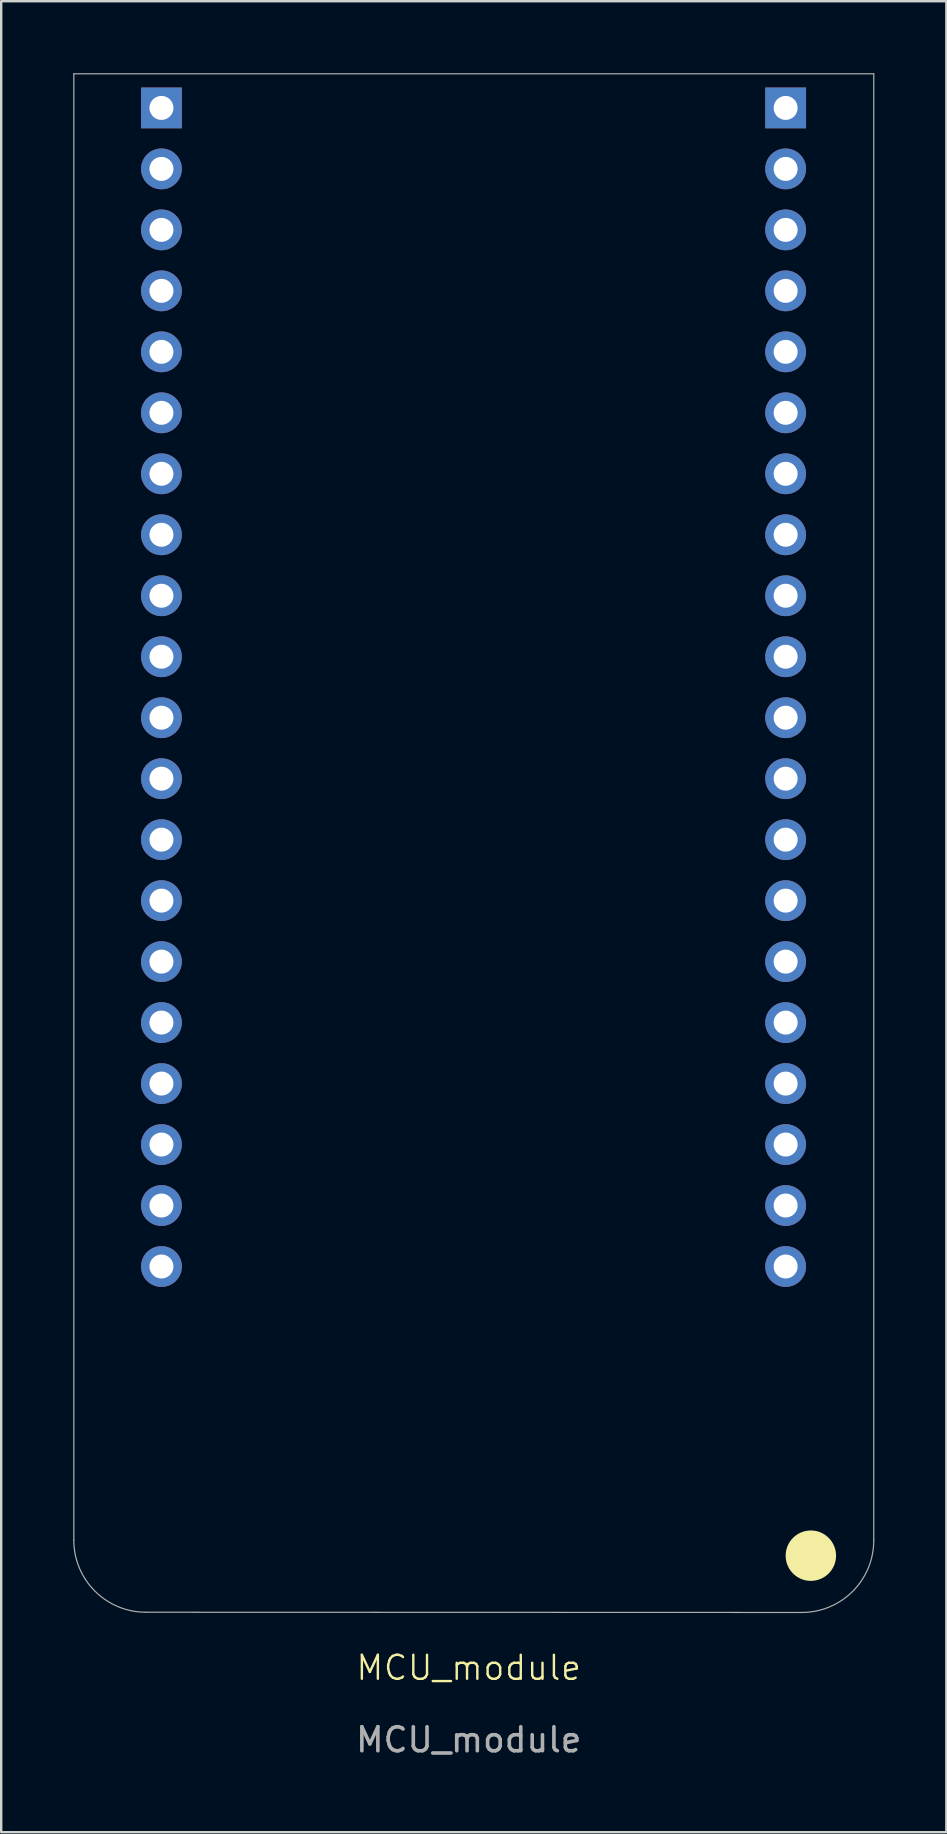
<source format=kicad_pcb>
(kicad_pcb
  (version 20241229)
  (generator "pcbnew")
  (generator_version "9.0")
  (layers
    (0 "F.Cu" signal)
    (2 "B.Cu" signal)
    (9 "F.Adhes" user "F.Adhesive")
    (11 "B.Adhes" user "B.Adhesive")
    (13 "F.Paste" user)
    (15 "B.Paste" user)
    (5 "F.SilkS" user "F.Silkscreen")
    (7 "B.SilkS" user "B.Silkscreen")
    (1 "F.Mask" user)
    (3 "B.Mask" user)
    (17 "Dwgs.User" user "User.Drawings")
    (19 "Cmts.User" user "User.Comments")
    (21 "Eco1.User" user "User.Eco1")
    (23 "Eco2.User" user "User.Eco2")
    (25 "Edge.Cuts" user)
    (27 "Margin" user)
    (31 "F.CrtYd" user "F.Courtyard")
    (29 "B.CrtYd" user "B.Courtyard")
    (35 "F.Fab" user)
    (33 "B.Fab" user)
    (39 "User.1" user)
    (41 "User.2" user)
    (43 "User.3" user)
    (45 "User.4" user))
  (footprint "MCU_module"
    (layer "F.Cu")
    (at 16.575 30.825)
    (property "Reference" "MCU_module" (at -0.1 35.595 0) (unlocked yes) (layer "F.SilkS") (effects (font (size 1 1) (thickness 0.1))))
    (attr through_hole)
    (fp_circle (center 14.15 30.925) (end 15.15 30.925) (stroke (width 0.1) (type solid)) (fill yes) (layer "F.SilkS"))
    (fp_line (start -16.55 -30.8) (end -16.55 30.28) (stroke (width 0.05) (type default)) (layer "F.Fab"))
    (fp_line (start -13.55 33.28) (end 13.77 33.29) (stroke (width 0.05) (type default)) (layer "F.Fab"))
    (fp_line (start 16.77 -30.8) (end -16.55 -30.8) (stroke (width 0.05) (type default)) (layer "F.Fab"))
    (fp_line (start 16.77 30.29) (end 16.77 -30.8) (stroke (width 0.05) (type default)) (layer "F.Fab"))
    (fp_arc (start -13.55 33.28) (mid -15.671612 32.401196) (end -16.550416 30.279584) (stroke (width 0.05) (type default)) (layer "F.Fab"))
    (fp_arc (start 16.77 30.29) (mid 15.891195 32.411611) (end 13.769584 33.290416) (stroke (width 0.05) (type default)) (layer "F.Fab"))
    (fp_text user "${REFERENCE}" (at -0.1 38.595 0) (unlocked yes) (layer "F.Fab") (effects (font (size 1 1) (thickness 0.15))))
    (pad "1" thru_hole rect (at -12.9 -29.38 180) (size 1.7 1.7) (drill 1) (layers "*.Cu" "*.Mask"))
    (pad "2" thru_hole oval (at -12.9 -26.84 180) (size 1.7 1.7) (drill 1) (layers "*.Cu" "*.Mask"))
    (pad "3" thru_hole oval (at -12.9 -24.3 180) (size 1.7 1.7) (drill 1) (layers "*.Cu" "*.Mask"))
    (pad "4" thru_hole oval (at -12.9 -21.76 180) (size 1.7 1.7) (drill 1) (layers "*.Cu" "*.Mask"))
    (pad "5" thru_hole oval (at -12.9 -19.22 180) (size 1.7 1.7) (drill 1) (layers "*.Cu" "*.Mask"))
    (pad "6" thru_hole oval (at -12.9 -16.68 180) (size 1.7 1.7) (drill 1) (layers "*.Cu" "*.Mask"))
    (pad "7" thru_hole oval (at -12.9 -14.14 180) (size 1.7 1.7) (drill 1) (layers "*.Cu" "*.Mask"))
    (pad "8" thru_hole oval (at -12.9 -11.6 180) (size 1.7 1.7) (drill 1) (layers "*.Cu" "*.Mask"))
    (pad "9" thru_hole oval (at -12.9 -9.06 180) (size 1.7 1.7) (drill 1) (layers "*.Cu" "*.Mask"))
    (pad "10" thru_hole oval (at -12.9 -6.52 180) (size 1.7 1.7) (drill 1) (layers "*.Cu" "*.Mask"))
    (pad "11" thru_hole oval (at -12.9 -3.98 180) (size 1.7 1.7) (drill 1) (layers "*.Cu" "*.Mask"))
    (pad "12" thru_hole oval (at -12.9 -1.44 180) (size 1.7 1.7) (drill 1) (layers "*.Cu" "*.Mask"))
    (pad "13" thru_hole oval (at -12.9 1.1 180) (size 1.7 1.7) (drill 1) (layers "*.Cu" "*.Mask"))
    (pad "14" thru_hole oval (at -12.9 3.64 180) (size 1.7 1.7) (drill 1) (layers "*.Cu" "*.Mask"))
    (pad "15" thru_hole oval (at -12.9 6.18 180) (size 1.7 1.7) (drill 1) (layers "*.Cu" "*.Mask"))
    (pad "16" thru_hole oval (at -12.9 8.72 180) (size 1.7 1.7) (drill 1) (layers "*.Cu" "*.Mask"))
    (pad "17" thru_hole oval (at -12.9 11.26 180) (size 1.7 1.7) (drill 1) (layers "*.Cu" "*.Mask"))
    (pad "18" thru_hole oval (at -12.9 13.8 180) (size 1.7 1.7) (drill 1) (layers "*.Cu" "*.Mask"))
    (pad "19" thru_hole oval (at -12.9 16.34 180) (size 1.7 1.7) (drill 1) (layers "*.Cu" "*.Mask"))
    (pad "20" thru_hole oval (at -12.9 18.88 180) (size 1.7 1.7) (drill 1) (layers "*.Cu" "*.Mask"))
    (pad "21" thru_hole oval (at 13.1 18.88 180) (size 1.7 1.7) (drill 1) (layers "*.Cu" "*.Mask"))
    (pad "22" thru_hole oval (at 13.1 16.34 180) (size 1.7 1.7) (drill 1) (layers "*.Cu" "*.Mask"))
    (pad "23" thru_hole oval (at 13.1 13.8 180) (size 1.7 1.7) (drill 1) (layers "*.Cu" "*.Mask"))
    (pad "24" thru_hole oval (at 13.1 11.26 180) (size 1.7 1.7) (drill 1) (layers "*.Cu" "*.Mask"))
    (pad "25" thru_hole oval (at 13.1 8.72 180) (size 1.7 1.7) (drill 1) (layers "*.Cu" "*.Mask"))
    (pad "26" thru_hole oval (at 13.1 6.18 180) (size 1.7 1.7) (drill 1) (layers "*.Cu" "*.Mask"))
    (pad "27" thru_hole oval (at 13.1 3.64 180) (size 1.7 1.7) (drill 1) (layers "*.Cu" "*.Mask"))
    (pad "28" thru_hole oval (at 13.1 1.1 180) (size 1.7 1.7) (drill 1) (layers "*.Cu" "*.Mask"))
    (pad "29" thru_hole oval (at 13.1 -1.44 180) (size 1.7 1.7) (drill 1) (layers "*.Cu" "*.Mask"))
    (pad "30" thru_hole oval (at 13.1 -3.98 180) (size 1.7 1.7) (drill 1) (layers "*.Cu" "*.Mask"))
    (pad "31" thru_hole oval (at 13.1 -6.52 180) (size 1.7 1.7) (drill 1) (layers "*.Cu" "*.Mask"))
    (pad "32" thru_hole oval (at 13.1 -9.06 180) (size 1.7 1.7) (drill 1) (layers "*.Cu" "*.Mask"))
    (pad "33" thru_hole oval (at 13.1 -11.6 180) (size 1.7 1.7) (drill 1) (layers "*.Cu" "*.Mask"))
    (pad "34" thru_hole oval (at 13.1 -14.14 180) (size 1.7 1.7) (drill 1) (layers "*.Cu" "*.Mask"))
    (pad "35" thru_hole oval (at 13.1 -16.68 180) (size 1.7 1.7) (drill 1) (layers "*.Cu" "*.Mask"))
    (pad "36" thru_hole oval (at 13.1 -19.22 180) (size 1.7 1.7) (drill 1) (layers "*.Cu" "*.Mask"))
    (pad "37" thru_hole oval (at 13.1 -21.76 180) (size 1.7 1.7) (drill 1) (layers "*.Cu" "*.Mask"))
    (pad "38" thru_hole oval (at 13.1 -24.3 180) (size 1.7 1.7) (drill 1) (layers "*.Cu" "*.Mask"))
    (pad "39" thru_hole oval (at 13.1 -26.84 180) (size 1.7 1.7) (drill 1) (layers "*.Cu" "*.Mask"))
    (pad "40" thru_hole rect (at 13.1 -29.38 180) (size 1.7 1.7) (drill 1) (layers "*.Cu" "*.Mask")))
  (gr_rect
    (start -3 -3)
    (end 36.37 73.268)
    (stroke (width 0.1) (type default))
    (fill no)
    (layer "Edge.Cuts")))
</source>
